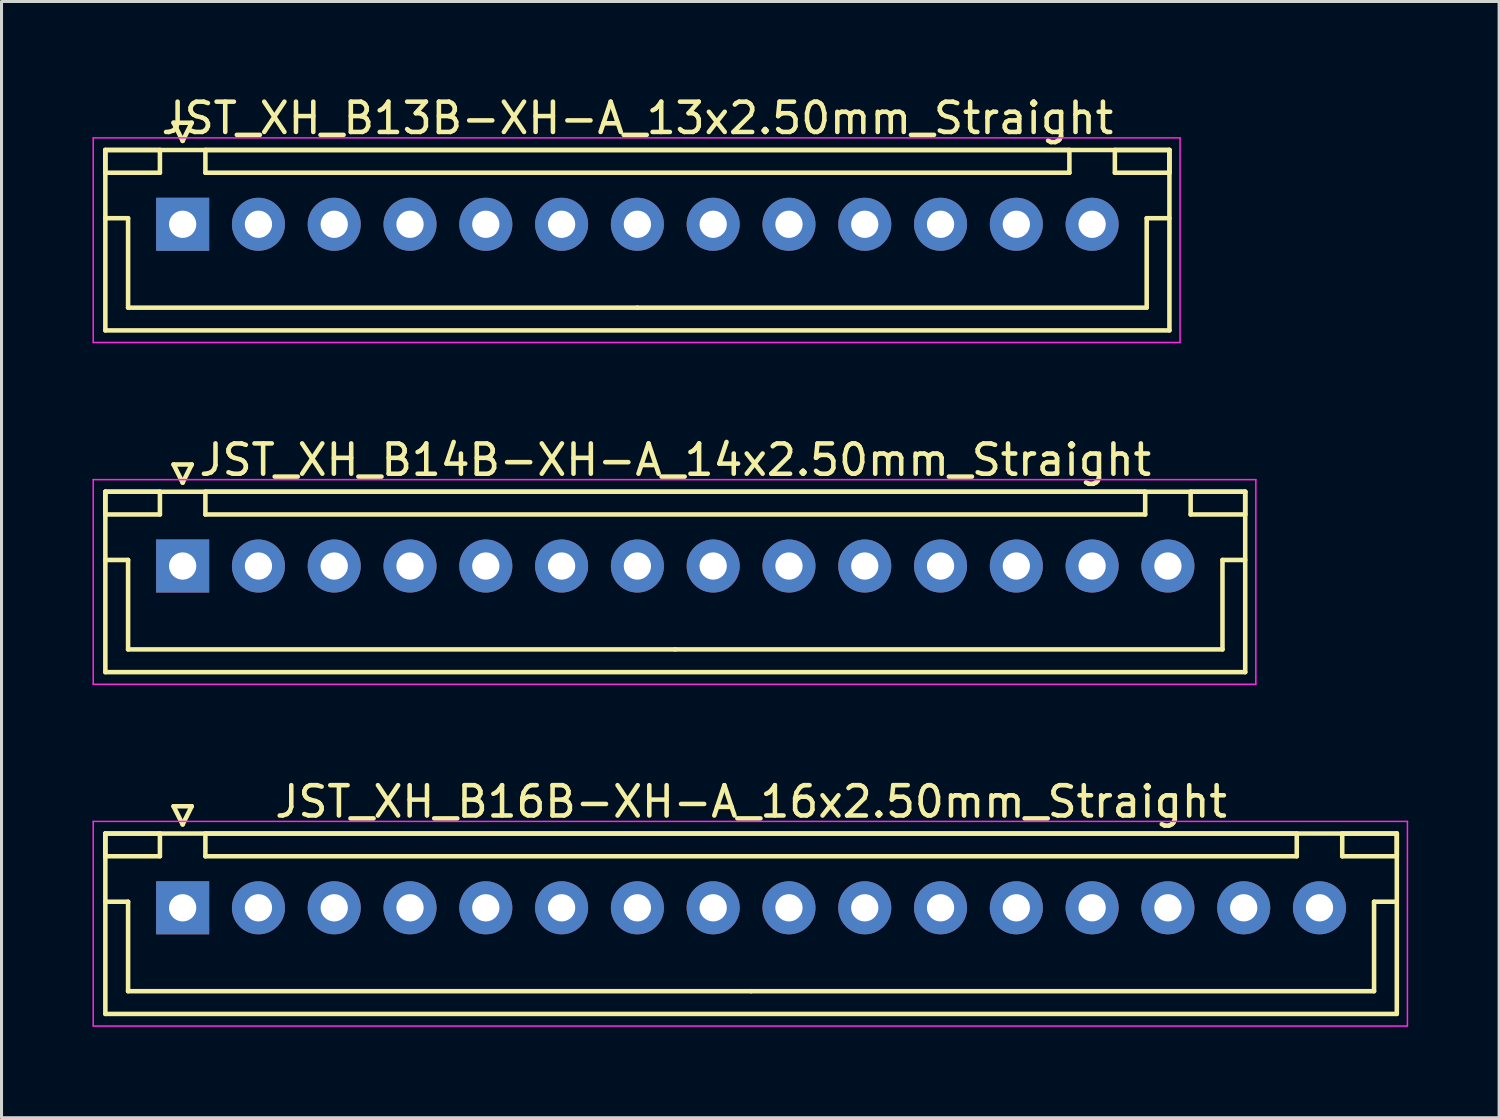
<source format=kicad_pcb>
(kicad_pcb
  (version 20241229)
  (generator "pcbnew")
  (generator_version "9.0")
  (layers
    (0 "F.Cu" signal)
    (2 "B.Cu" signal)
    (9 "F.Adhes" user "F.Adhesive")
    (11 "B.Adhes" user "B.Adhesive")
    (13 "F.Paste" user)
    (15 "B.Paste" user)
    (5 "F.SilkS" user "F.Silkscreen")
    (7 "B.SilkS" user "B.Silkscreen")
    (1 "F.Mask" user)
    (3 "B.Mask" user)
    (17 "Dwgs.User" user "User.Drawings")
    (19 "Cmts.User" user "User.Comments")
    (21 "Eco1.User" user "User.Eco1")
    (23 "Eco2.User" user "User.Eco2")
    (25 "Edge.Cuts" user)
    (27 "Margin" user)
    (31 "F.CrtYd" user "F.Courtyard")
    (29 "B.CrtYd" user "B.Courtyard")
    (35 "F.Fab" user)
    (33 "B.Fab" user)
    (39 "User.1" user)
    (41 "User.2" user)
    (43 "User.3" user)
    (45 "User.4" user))
  (footprint "JST_XH_B13B-XH-A_13x2.50mm_Straight"
    (layer "F.Cu")
    (at 2.975 4.348)
    (property "Reference" "JST_XH_B13B-XH-A_13x2.50mm_Straight" (at 15 -3.5 0) (layer "F.SilkS") (effects (font (size 1 1) (thickness 0.15))))
    (attr through_hole)
    (fp_line (start -2.55 -2.45) (end -2.55 -1.7) (stroke (width 0.15) (type solid)) (layer "F.SilkS"))
    (fp_line (start -2.55 -2.45) (end -2.55 3.5) (stroke (width 0.15) (type solid)) (layer "F.SilkS"))
    (fp_line (start -2.55 -1.7) (end -0.75 -1.7) (stroke (width 0.15) (type solid)) (layer "F.SilkS"))
    (fp_line (start -2.55 -0.2) (end -1.8 -0.2) (stroke (width 0.15) (type solid)) (layer "F.SilkS"))
    (fp_line (start -2.55 3.5) (end 32.55 3.5) (stroke (width 0.15) (type solid)) (layer "F.SilkS"))
    (fp_line (start -1.8 -0.2) (end -1.8 2.75) (stroke (width 0.15) (type solid)) (layer "F.SilkS"))
    (fp_line (start -1.8 2.75) (end 15 2.75) (stroke (width 0.15) (type solid)) (layer "F.SilkS"))
    (fp_line (start -0.75 -2.45) (end -2.55 -2.45) (stroke (width 0.15) (type solid)) (layer "F.SilkS"))
    (fp_line (start -0.75 -1.7) (end -0.75 -2.45) (stroke (width 0.15) (type solid)) (layer "F.SilkS"))
    (fp_line (start -0.3 -3.35) (end 0.3 -3.35) (stroke (width 0.15) (type solid)) (layer "F.SilkS"))
    (fp_line (start 0 -2.75) (end -0.3 -3.35) (stroke (width 0.15) (type solid)) (layer "F.SilkS"))
    (fp_line (start 0.3 -3.35) (end 0 -2.75) (stroke (width 0.15) (type solid)) (layer "F.SilkS"))
    (fp_line (start 0.75 -2.45) (end 0.75 -1.7) (stroke (width 0.15) (type solid)) (layer "F.SilkS"))
    (fp_line (start 0.75 -1.7) (end 29.25 -1.7) (stroke (width 0.15) (type solid)) (layer "F.SilkS"))
    (fp_line (start 29.25 -2.45) (end 0.75 -2.45) (stroke (width 0.15) (type solid)) (layer "F.SilkS"))
    (fp_line (start 29.25 -1.7) (end 29.25 -2.45) (stroke (width 0.15) (type solid)) (layer "F.SilkS"))
    (fp_line (start 30.75 -2.45) (end 30.75 -1.7) (stroke (width 0.15) (type solid)) (layer "F.SilkS"))
    (fp_line (start 30.75 -1.7) (end 32.55 -1.7) (stroke (width 0.15) (type solid)) (layer "F.SilkS"))
    (fp_line (start 31.8 -0.2) (end 31.8 2.75) (stroke (width 0.15) (type solid)) (layer "F.SilkS"))
    (fp_line (start 31.8 2.75) (end 15 2.75) (stroke (width 0.15) (type solid)) (layer "F.SilkS"))
    (fp_line (start 32.55 -2.45) (end -2.55 -2.45) (stroke (width 0.15) (type solid)) (layer "F.SilkS"))
    (fp_line (start 32.55 -2.45) (end 30.75 -2.45) (stroke (width 0.15) (type solid)) (layer "F.SilkS"))
    (fp_line (start 32.55 -1.7) (end 32.55 -2.45) (stroke (width 0.15) (type solid)) (layer "F.SilkS"))
    (fp_line (start 32.55 -0.2) (end 31.8 -0.2) (stroke (width 0.15) (type solid)) (layer "F.SilkS"))
    (fp_line (start 32.55 3.5) (end 32.55 -2.45) (stroke (width 0.15) (type solid)) (layer "F.SilkS"))
    (fp_line (start -2.95 -2.85) (end -2.95 3.9) (stroke (width 0.05) (type solid)) (layer "F.CrtYd"))
    (fp_line (start -2.95 3.9) (end 32.9 3.9) (stroke (width 0.05) (type solid)) (layer "F.CrtYd"))
    (fp_line (start 32.9 -2.85) (end -2.95 -2.85) (stroke (width 0.05) (type solid)) (layer "F.CrtYd"))
    (fp_line (start 32.9 3.9) (end 32.9 -2.85) (stroke (width 0.05) (type solid)) (layer "F.CrtYd"))
    (pad "1" thru_hole rect (at 0 0) (size 1.75 1.75) (drill 0.9) (layers "*.Cu" "*.Mask"))
    (pad "2" thru_hole circle (at 2.5 0) (size 1.75 1.75) (drill 0.9) (layers "*.Cu" "*.Mask"))
    (pad "3" thru_hole circle (at 5 0) (size 1.75 1.75) (drill 0.9) (layers "*.Cu" "*.Mask"))
    (pad "4" thru_hole circle (at 7.5 0) (size 1.75 1.75) (drill 0.9) (layers "*.Cu" "*.Mask"))
    (pad "5" thru_hole circle (at 10 0) (size 1.75 1.75) (drill 0.9) (layers "*.Cu" "*.Mask"))
    (pad "6" thru_hole circle (at 12.5 0) (size 1.75 1.75) (drill 0.9) (layers "*.Cu" "*.Mask"))
    (pad "7" thru_hole circle (at 15 0) (size 1.75 1.75) (drill 0.9) (layers "*.Cu" "*.Mask"))
    (pad "8" thru_hole circle (at 17.5 0) (size 1.75 1.75) (drill 0.9) (layers "*.Cu" "*.Mask"))
    (pad "9" thru_hole circle (at 20 0) (size 1.75 1.75) (drill 0.9) (layers "*.Cu" "*.Mask"))
    (pad "10" thru_hole circle (at 22.5 0) (size 1.75 1.75) (drill 0.9) (layers "*.Cu" "*.Mask"))
    (pad "11" thru_hole circle (at 25 0) (size 1.75 1.75) (drill 0.9) (layers "*.Cu" "*.Mask"))
    (pad "12" thru_hole circle (at 27.5 0) (size 1.75 1.75) (drill 0.9) (layers "*.Cu" "*.Mask"))
    (pad "13" thru_hole circle (at 30 0) (size 1.75 1.75) (drill 0.9) (layers "*.Cu" "*.Mask")))
  (footprint "JST_XH_B14B-XH-A_14x2.50mm_Straight"
    (layer "F.Cu")
    (at 2.975 15.621)
    (property "Reference" "JST_XH_B14B-XH-A_14x2.50mm_Straight" (at 16.25 -3.5 0) (layer "F.SilkS") (effects (font (size 1 1) (thickness 0.15))))
    (attr through_hole)
    (fp_line (start -2.55 -2.45) (end -2.55 -1.7) (stroke (width 0.15) (type solid)) (layer "F.SilkS"))
    (fp_line (start -2.55 -2.45) (end -2.55 3.5) (stroke (width 0.15) (type solid)) (layer "F.SilkS"))
    (fp_line (start -2.55 -1.7) (end -0.75 -1.7) (stroke (width 0.15) (type solid)) (layer "F.SilkS"))
    (fp_line (start -2.55 -0.2) (end -1.8 -0.2) (stroke (width 0.15) (type solid)) (layer "F.SilkS"))
    (fp_line (start -2.55 3.5) (end 35.05 3.5) (stroke (width 0.15) (type solid)) (layer "F.SilkS"))
    (fp_line (start -1.8 -0.2) (end -1.8 2.75) (stroke (width 0.15) (type solid)) (layer "F.SilkS"))
    (fp_line (start -1.8 2.75) (end 16.25 2.75) (stroke (width 0.15) (type solid)) (layer "F.SilkS"))
    (fp_line (start -0.75 -2.45) (end -2.55 -2.45) (stroke (width 0.15) (type solid)) (layer "F.SilkS"))
    (fp_line (start -0.75 -1.7) (end -0.75 -2.45) (stroke (width 0.15) (type solid)) (layer "F.SilkS"))
    (fp_line (start -0.3 -3.35) (end 0.3 -3.35) (stroke (width 0.15) (type solid)) (layer "F.SilkS"))
    (fp_line (start 0 -2.75) (end -0.3 -3.35) (stroke (width 0.15) (type solid)) (layer "F.SilkS"))
    (fp_line (start 0.3 -3.35) (end 0 -2.75) (stroke (width 0.15) (type solid)) (layer "F.SilkS"))
    (fp_line (start 0.75 -2.45) (end 0.75 -1.7) (stroke (width 0.15) (type solid)) (layer "F.SilkS"))
    (fp_line (start 0.75 -1.7) (end 31.75 -1.7) (stroke (width 0.15) (type solid)) (layer "F.SilkS"))
    (fp_line (start 31.75 -2.45) (end 0.75 -2.45) (stroke (width 0.15) (type solid)) (layer "F.SilkS"))
    (fp_line (start 31.75 -1.7) (end 31.75 -2.45) (stroke (width 0.15) (type solid)) (layer "F.SilkS"))
    (fp_line (start 33.25 -2.45) (end 33.25 -1.7) (stroke (width 0.15) (type solid)) (layer "F.SilkS"))
    (fp_line (start 33.25 -1.7) (end 35.05 -1.7) (stroke (width 0.15) (type solid)) (layer "F.SilkS"))
    (fp_line (start 34.3 -0.2) (end 34.3 2.75) (stroke (width 0.15) (type solid)) (layer "F.SilkS"))
    (fp_line (start 34.3 2.75) (end 16.25 2.75) (stroke (width 0.15) (type solid)) (layer "F.SilkS"))
    (fp_line (start 35.05 -2.45) (end -2.55 -2.45) (stroke (width 0.15) (type solid)) (layer "F.SilkS"))
    (fp_line (start 35.05 -2.45) (end 33.25 -2.45) (stroke (width 0.15) (type solid)) (layer "F.SilkS"))
    (fp_line (start 35.05 -1.7) (end 35.05 -2.45) (stroke (width 0.15) (type solid)) (layer "F.SilkS"))
    (fp_line (start 35.05 -0.2) (end 34.3 -0.2) (stroke (width 0.15) (type solid)) (layer "F.SilkS"))
    (fp_line (start 35.05 3.5) (end 35.05 -2.45) (stroke (width 0.15) (type solid)) (layer "F.SilkS"))
    (fp_line (start -2.95 -2.85) (end -2.95 3.9) (stroke (width 0.05) (type solid)) (layer "F.CrtYd"))
    (fp_line (start -2.95 3.9) (end 35.4 3.9) (stroke (width 0.05) (type solid)) (layer "F.CrtYd"))
    (fp_line (start 35.4 -2.85) (end -2.95 -2.85) (stroke (width 0.05) (type solid)) (layer "F.CrtYd"))
    (fp_line (start 35.4 3.9) (end 35.4 -2.85) (stroke (width 0.05) (type solid)) (layer "F.CrtYd"))
    (pad "1" thru_hole rect (at 0 0) (size 1.75 1.75) (drill 0.9) (layers "*.Cu" "*.Mask"))
    (pad "2" thru_hole circle (at 2.5 0) (size 1.75 1.75) (drill 0.9) (layers "*.Cu" "*.Mask"))
    (pad "3" thru_hole circle (at 5 0) (size 1.75 1.75) (drill 0.9) (layers "*.Cu" "*.Mask"))
    (pad "4" thru_hole circle (at 7.5 0) (size 1.75 1.75) (drill 0.9) (layers "*.Cu" "*.Mask"))
    (pad "5" thru_hole circle (at 10 0) (size 1.75 1.75) (drill 0.9) (layers "*.Cu" "*.Mask"))
    (pad "6" thru_hole circle (at 12.5 0) (size 1.75 1.75) (drill 0.9) (layers "*.Cu" "*.Mask"))
    (pad "7" thru_hole circle (at 15 0) (size 1.75 1.75) (drill 0.9) (layers "*.Cu" "*.Mask"))
    (pad "8" thru_hole circle (at 17.5 0) (size 1.75 1.75) (drill 0.9) (layers "*.Cu" "*.Mask"))
    (pad "9" thru_hole circle (at 20 0) (size 1.75 1.75) (drill 0.9) (layers "*.Cu" "*.Mask"))
    (pad "10" thru_hole circle (at 22.5 0) (size 1.75 1.75) (drill 0.9) (layers "*.Cu" "*.Mask"))
    (pad "11" thru_hole circle (at 25 0) (size 1.75 1.75) (drill 0.9) (layers "*.Cu" "*.Mask"))
    (pad "12" thru_hole circle (at 27.5 0) (size 1.75 1.75) (drill 0.9) (layers "*.Cu" "*.Mask"))
    (pad "13" thru_hole circle (at 30 0) (size 1.75 1.75) (drill 0.9) (layers "*.Cu" "*.Mask"))
    (pad "14" thru_hole circle (at 32.5 0) (size 1.75 1.75) (drill 0.9) (layers "*.Cu" "*.Mask")))
  (footprint "JST_XH_B16B-XH-A_16x2.50mm_Straight"
    (layer "F.Cu")
    (at 2.975 26.895)
    (property "Reference" "JST_XH_B16B-XH-A_16x2.50mm_Straight" (at 18.75 -3.5 0) (layer "F.SilkS") (effects (font (size 1 1) (thickness 0.15))))
    (attr through_hole)
    (fp_line (start -2.55 -2.45) (end -2.55 -1.7) (stroke (width 0.15) (type solid)) (layer "F.SilkS"))
    (fp_line (start -2.55 -2.45) (end -2.55 3.5) (stroke (width 0.15) (type solid)) (layer "F.SilkS"))
    (fp_line (start -2.55 -1.7) (end -0.75 -1.7) (stroke (width 0.15) (type solid)) (layer "F.SilkS"))
    (fp_line (start -2.55 -0.2) (end -1.8 -0.2) (stroke (width 0.15) (type solid)) (layer "F.SilkS"))
    (fp_line (start -2.55 3.5) (end 40.05 3.5) (stroke (width 0.15) (type solid)) (layer "F.SilkS"))
    (fp_line (start -1.8 -0.2) (end -1.8 2.75) (stroke (width 0.15) (type solid)) (layer "F.SilkS"))
    (fp_line (start -1.8 2.75) (end 18.75 2.75) (stroke (width 0.15) (type solid)) (layer "F.SilkS"))
    (fp_line (start -0.75 -2.45) (end -2.55 -2.45) (stroke (width 0.15) (type solid)) (layer "F.SilkS"))
    (fp_line (start -0.75 -1.7) (end -0.75 -2.45) (stroke (width 0.15) (type solid)) (layer "F.SilkS"))
    (fp_line (start -0.3 -3.35) (end 0.3 -3.35) (stroke (width 0.15) (type solid)) (layer "F.SilkS"))
    (fp_line (start 0 -2.75) (end -0.3 -3.35) (stroke (width 0.15) (type solid)) (layer "F.SilkS"))
    (fp_line (start 0.3 -3.35) (end 0 -2.75) (stroke (width 0.15) (type solid)) (layer "F.SilkS"))
    (fp_line (start 0.75 -2.45) (end 0.75 -1.7) (stroke (width 0.15) (type solid)) (layer "F.SilkS"))
    (fp_line (start 0.75 -1.7) (end 36.75 -1.7) (stroke (width 0.15) (type solid)) (layer "F.SilkS"))
    (fp_line (start 36.75 -2.45) (end 0.75 -2.45) (stroke (width 0.15) (type solid)) (layer "F.SilkS"))
    (fp_line (start 36.75 -1.7) (end 36.75 -2.45) (stroke (width 0.15) (type solid)) (layer "F.SilkS"))
    (fp_line (start 38.25 -2.45) (end 38.25 -1.7) (stroke (width 0.15) (type solid)) (layer "F.SilkS"))
    (fp_line (start 38.25 -1.7) (end 40.05 -1.7) (stroke (width 0.15) (type solid)) (layer "F.SilkS"))
    (fp_line (start 39.3 -0.2) (end 39.3 2.75) (stroke (width 0.15) (type solid)) (layer "F.SilkS"))
    (fp_line (start 39.3 2.75) (end 18.75 2.75) (stroke (width 0.15) (type solid)) (layer "F.SilkS"))
    (fp_line (start 40.05 -2.45) (end -2.55 -2.45) (stroke (width 0.15) (type solid)) (layer "F.SilkS"))
    (fp_line (start 40.05 -2.45) (end 38.25 -2.45) (stroke (width 0.15) (type solid)) (layer "F.SilkS"))
    (fp_line (start 40.05 -1.7) (end 40.05 -2.45) (stroke (width 0.15) (type solid)) (layer "F.SilkS"))
    (fp_line (start 40.05 -0.2) (end 39.3 -0.2) (stroke (width 0.15) (type solid)) (layer "F.SilkS"))
    (fp_line (start 40.05 3.5) (end 40.05 -2.45) (stroke (width 0.15) (type solid)) (layer "F.SilkS"))
    (fp_line (start -2.95 -2.85) (end -2.95 3.9) (stroke (width 0.05) (type solid)) (layer "F.CrtYd"))
    (fp_line (start -2.95 3.9) (end 40.4 3.9) (stroke (width 0.05) (type solid)) (layer "F.CrtYd"))
    (fp_line (start 40.4 -2.85) (end -2.95 -2.85) (stroke (width 0.05) (type solid)) (layer "F.CrtYd"))
    (fp_line (start 40.4 3.9) (end 40.4 -2.85) (stroke (width 0.05) (type solid)) (layer "F.CrtYd"))
    (pad "1" thru_hole rect (at 0 0) (size 1.75 1.75) (drill 0.9) (layers "*.Cu" "*.Mask"))
    (pad "2" thru_hole circle (at 2.5 0) (size 1.75 1.75) (drill 0.9) (layers "*.Cu" "*.Mask"))
    (pad "3" thru_hole circle (at 5 0) (size 1.75 1.75) (drill 0.9) (layers "*.Cu" "*.Mask"))
    (pad "4" thru_hole circle (at 7.5 0) (size 1.75 1.75) (drill 0.9) (layers "*.Cu" "*.Mask"))
    (pad "5" thru_hole circle (at 10 0) (size 1.75 1.75) (drill 0.9) (layers "*.Cu" "*.Mask"))
    (pad "6" thru_hole circle (at 12.5 0) (size 1.75 1.75) (drill 0.9) (layers "*.Cu" "*.Mask"))
    (pad "7" thru_hole circle (at 15 0) (size 1.75 1.75) (drill 0.9) (layers "*.Cu" "*.Mask"))
    (pad "8" thru_hole circle (at 17.5 0) (size 1.75 1.75) (drill 0.9) (layers "*.Cu" "*.Mask"))
    (pad "9" thru_hole circle (at 20 0) (size 1.75 1.75) (drill 0.9) (layers "*.Cu" "*.Mask"))
    (pad "10" thru_hole circle (at 22.5 0) (size 1.75 1.75) (drill 0.9) (layers "*.Cu" "*.Mask"))
    (pad "11" thru_hole circle (at 25 0) (size 1.75 1.75) (drill 0.9) (layers "*.Cu" "*.Mask"))
    (pad "12" thru_hole circle (at 27.5 0) (size 1.75 1.75) (drill 0.9) (layers "*.Cu" "*.Mask"))
    (pad "13" thru_hole circle (at 30 0) (size 1.75 1.75) (drill 0.9) (layers "*.Cu" "*.Mask"))
    (pad "14" thru_hole circle (at 32.5 0) (size 1.75 1.75) (drill 0.9) (layers "*.Cu" "*.Mask"))
    (pad "15" thru_hole circle (at 35 0) (size 1.75 1.75) (drill 0.9) (layers "*.Cu" "*.Mask"))
    (pad "16" thru_hole circle (at 37.5 0) (size 1.75 1.75) (drill 0.9) (layers "*.Cu" "*.Mask")))
  (gr_rect
    (start -3 -3)
    (end 46.4 33.82)
    (stroke (width 0.1) (type default))
    (fill no)
    (layer "Edge.Cuts")))
</source>
